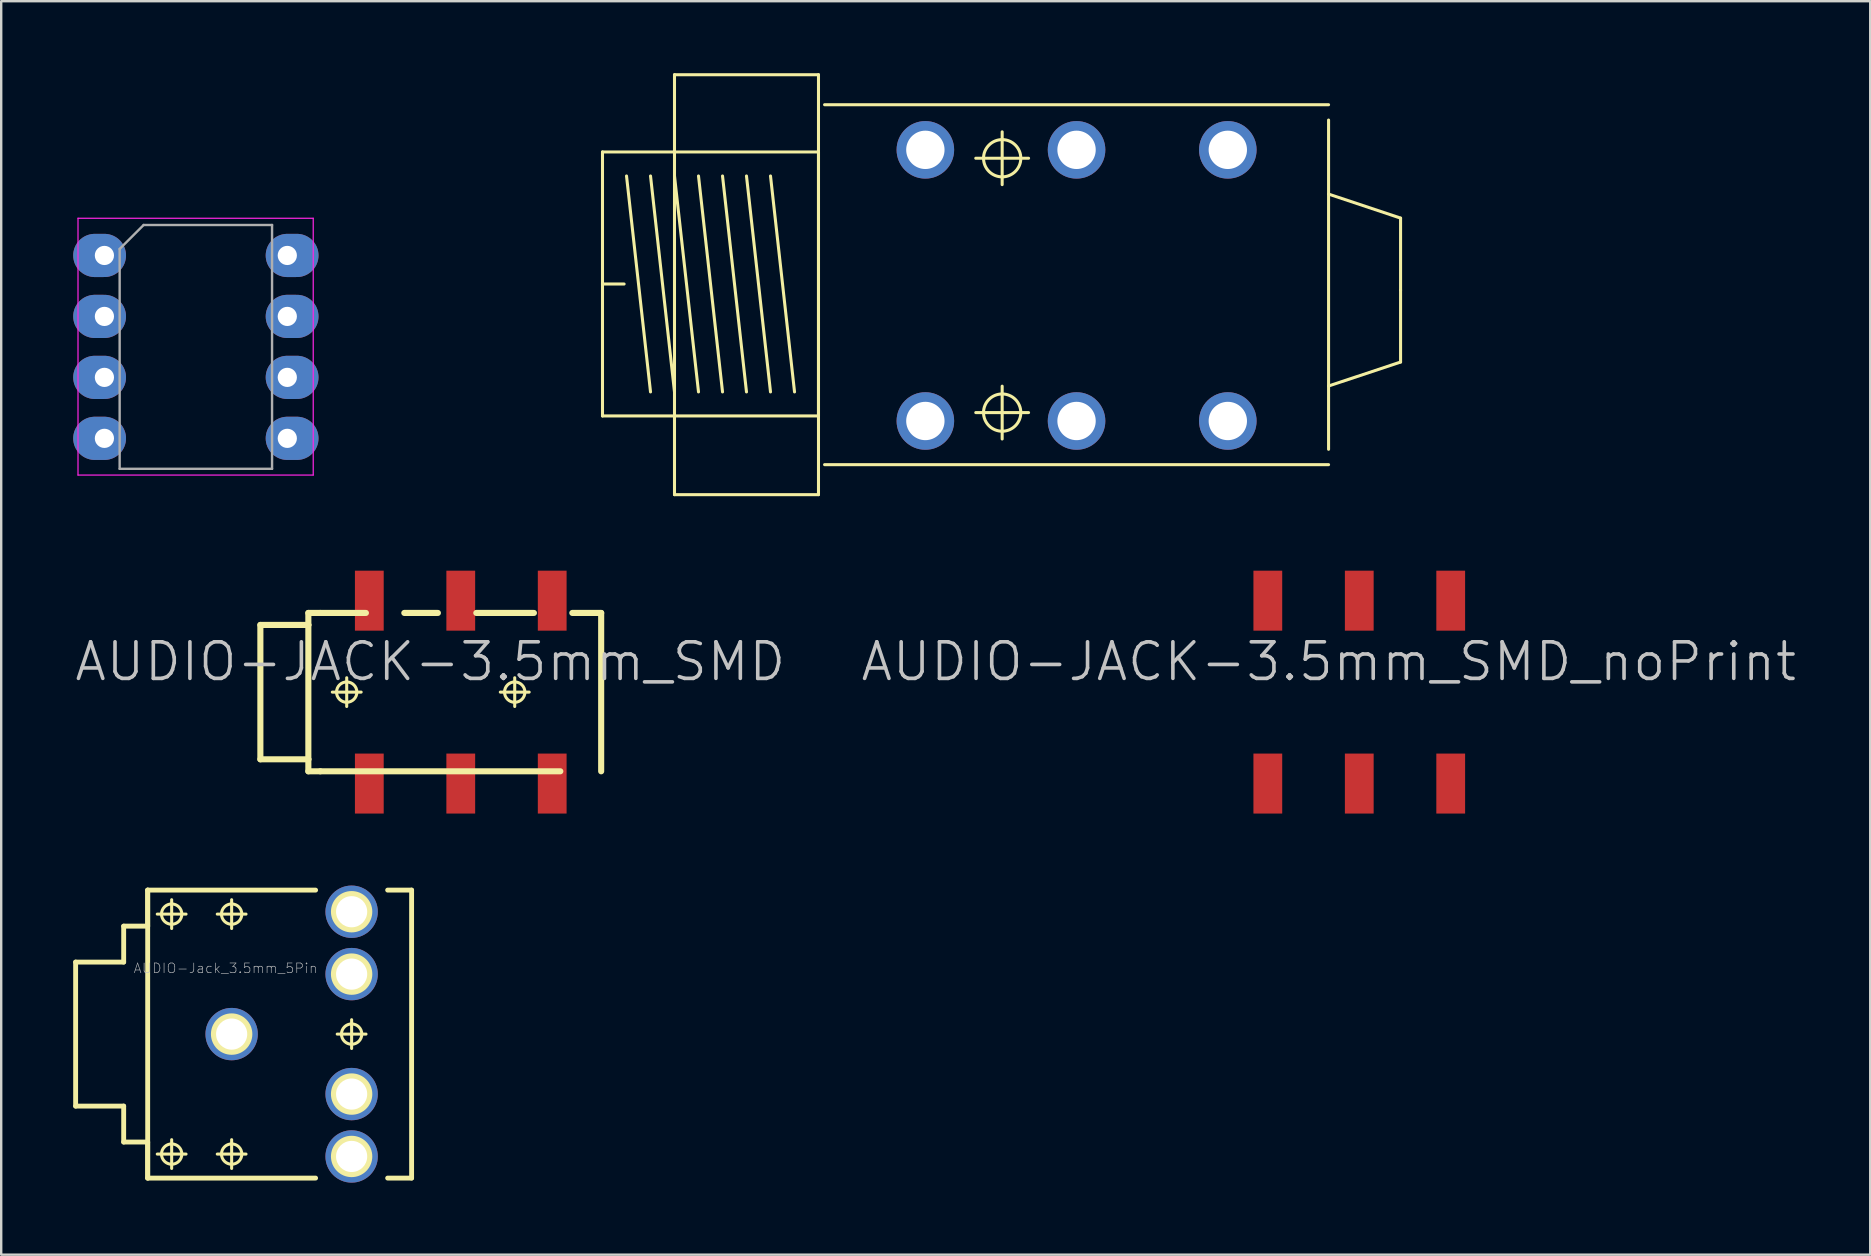
<source format=kicad_pcb>
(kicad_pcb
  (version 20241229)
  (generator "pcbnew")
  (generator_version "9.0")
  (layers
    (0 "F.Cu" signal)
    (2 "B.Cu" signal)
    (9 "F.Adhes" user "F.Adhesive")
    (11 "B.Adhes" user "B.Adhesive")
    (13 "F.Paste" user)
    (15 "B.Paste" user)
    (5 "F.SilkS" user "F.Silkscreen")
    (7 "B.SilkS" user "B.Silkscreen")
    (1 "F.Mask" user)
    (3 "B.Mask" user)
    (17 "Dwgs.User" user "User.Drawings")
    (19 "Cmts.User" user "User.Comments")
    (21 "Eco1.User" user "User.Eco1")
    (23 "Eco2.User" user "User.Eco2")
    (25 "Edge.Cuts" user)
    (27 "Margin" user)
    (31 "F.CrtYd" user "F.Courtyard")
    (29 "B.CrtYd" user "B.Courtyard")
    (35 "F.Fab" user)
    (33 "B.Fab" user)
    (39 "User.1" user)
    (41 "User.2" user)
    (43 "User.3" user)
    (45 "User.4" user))
  (footprint "AUDIO-Jack_3.5mm_5Pin"
    (layer "F.Cu")
    (at 6.601 40.034)
    (property "Reference" "AUDIO-Jack_3.5mm_5Pin" (at -0.254 -2.743 0) (layer "Dwgs.User") (effects (font (size 0.406 0.406) (thickness 0.025))))
    (attr exclude_from_pos_files exclude_from_bom)
    (fp_line (start -6.5 -3) (end -6.5 3) (stroke (width 0.203) (type solid)) (layer "F.SilkS"))
    (fp_line (start -6.5 -3) (end -4.498 -3) (stroke (width 0.203) (type solid)) (layer "F.SilkS"))
    (fp_line (start -6.5 3) (end -4.498 3) (stroke (width 0.203) (type solid)) (layer "F.SilkS"))
    (fp_line (start -4.498 -4.498) (end -4.498 -3) (stroke (width 0.203) (type solid)) (layer "F.SilkS"))
    (fp_line (start -4.498 -4.498) (end -3.498 -4.498) (stroke (width 0.203) (type solid)) (layer "F.SilkS"))
    (fp_line (start -4.498 3) (end -4.498 4.498) (stroke (width 0.203) (type solid)) (layer "F.SilkS"))
    (fp_line (start -4.498 4.498) (end -3.498 4.498) (stroke (width 0.203) (type solid)) (layer "F.SilkS"))
    (fp_line (start -3.498 -5.999) (end -3.498 -4.498) (stroke (width 0.203) (type solid)) (layer "F.SilkS"))
    (fp_line (start -3.498 -5.999) (end -3.498 5.999) (stroke (width 0.203) (type solid)) (layer "F.SilkS"))
    (fp_line (start -3.498 -5.999) (end 3.498 -5.999) (stroke (width 0.203) (type solid)) (layer "F.SilkS"))
    (fp_line (start -3.498 4.498) (end -3.498 5.999) (stroke (width 0.203) (type solid)) (layer "F.SilkS"))
    (fp_line (start -3.498 5.999) (end 3.498 5.999) (stroke (width 0.203) (type solid)) (layer "F.SilkS"))
    (fp_line (start -3.099 -4.999) (end -1.9 -4.999) (stroke (width 0.127) (type solid)) (layer "F.SilkS"))
    (fp_line (start -3.099 4.999) (end -1.9 4.999) (stroke (width 0.127) (type solid)) (layer "F.SilkS"))
    (fp_line (start -2.499 -4.399) (end -2.499 -5.598) (stroke (width 0.127) (type solid)) (layer "F.SilkS"))
    (fp_line (start -2.499 5.598) (end -2.499 4.399) (stroke (width 0.127) (type solid)) (layer "F.SilkS"))
    (fp_line (start -0.599 -4.999) (end 0.599 -4.999) (stroke (width 0.127) (type solid)) (layer "F.SilkS"))
    (fp_line (start -0.599 4.999) (end 0.599 4.999) (stroke (width 0.127) (type solid)) (layer "F.SilkS"))
    (fp_line (start 0 -4.399) (end 0 -5.598) (stroke (width 0.127) (type solid)) (layer "F.SilkS"))
    (fp_line (start 0 5.598) (end 0 4.399) (stroke (width 0.127) (type solid)) (layer "F.SilkS"))
    (fp_line (start 4.399 0) (end 5.598 0) (stroke (width 0.127) (type solid)) (layer "F.SilkS"))
    (fp_line (start 4.999 0.599) (end 4.999 -0.599) (stroke (width 0.127) (type solid)) (layer "F.SilkS"))
    (fp_line (start 7.498 -5.999) (end 6.5 -5.999) (stroke (width 0.203) (type solid)) (layer "F.SilkS"))
    (fp_line (start 7.498 -5.999) (end 7.498 5.999) (stroke (width 0.203) (type solid)) (layer "F.SilkS"))
    (fp_line (start 7.498 5.999) (end 6.5 5.999) (stroke (width 0.203) (type solid)) (layer "F.SilkS"))
    (fp_circle (center -2.499 -4.999) (end -2.799 -5.298) (stroke (width 0.127) (type solid)) (fill no) (layer "F.SilkS"))
    (fp_circle (center -2.499 4.999) (end -2.799 5.298) (stroke (width 0.127) (type solid)) (fill no) (layer "F.SilkS"))
    (fp_circle (center 0 -4.999) (end -0.3 -5.298) (stroke (width 0.127) (type solid)) (fill no) (layer "F.SilkS"))
    (fp_circle (center 0 0) (end -0.61 0.61) (stroke (width 0) (type solid)) (fill yes) (layer "F.SilkS"))
    (fp_circle (center 0 0) (end -0.33 0.33) (stroke (width 0) (type solid)) (fill yes) (layer "F.SilkS"))
    (fp_circle (center 0 4.999) (end -0.3 5.298) (stroke (width 0.127) (type solid)) (fill no) (layer "F.SilkS"))
    (fp_circle (center 4.999 -5.098) (end 5.329 -5.428) (stroke (width 0) (type solid)) (fill yes) (layer "F.SilkS"))
    (fp_circle (center 4.999 -5.098) (end 5.608 -5.707) (stroke (width 0) (type solid)) (fill yes) (layer "F.SilkS"))
    (fp_circle (center 4.999 -2.499) (end 5.329 -2.83) (stroke (width 0) (type solid)) (fill yes) (layer "F.SilkS"))
    (fp_circle (center 4.999 -2.499) (end 5.608 -3.109) (stroke (width 0) (type solid)) (fill yes) (layer "F.SilkS"))
    (fp_circle (center 4.999 0) (end 5.298 0.3) (stroke (width 0.127) (type solid)) (fill no) (layer "F.SilkS"))
    (fp_circle (center 4.999 2.499) (end 5.329 2.83) (stroke (width 0) (type solid)) (fill yes) (layer "F.SilkS"))
    (fp_circle (center 4.999 2.499) (end 5.608 3.109) (stroke (width 0) (type solid)) (fill yes) (layer "F.SilkS"))
    (fp_circle (center 4.999 5.098) (end 5.329 5.428) (stroke (width 0) (type solid)) (fill yes) (layer "F.SilkS"))
    (fp_circle (center 4.999 5.098) (end 5.608 5.707) (stroke (width 0) (type solid)) (fill yes) (layer "F.SilkS"))
    (pad "1" thru_hole circle (at 0 0) (size 2.182 2.182) (drill 1.298) (layers "*.Cu" "*.Mask"))
    (pad "2" thru_hole circle (at 4.999 5.098) (size 2.182 2.182) (drill 1.298) (layers "*.Cu" "*.Mask"))
    (pad "3" thru_hole circle (at 4.999 -5.098) (size 2.182 2.182) (drill 1.298) (layers "*.Cu" "*.Mask"))
    (pad "5" thru_hole circle (at 4.999 2.499) (size 2.182 2.182) (drill 1.298) (layers "*.Cu" "*.Mask"))
    (pad "6" thru_hole circle (at 4.999 -2.499) (size 2.182 2.182) (drill 1.298) (layers "*.Cu" "*.Mask")))
  (footprint "Attiny_DIP-8_W7.62mm"
    (layer "F.Cu")
    (at 1.3 7.593)
    (property "Reference" "Attiny_DIP-8_W7.62mm" (at 3.81 1.27 90) (layer "Eco2.User") (effects (font (size 1 1) (thickness 0.15))))
    (attr through_hole)
    (fp_line (start -1.1 -1.55) (end -1.1 9.15) (stroke (width 0.05) (type solid)) (layer "F.CrtYd"))
    (fp_line (start -1.1 9.15) (end 8.7 9.15) (stroke (width 0.05) (type solid)) (layer "F.CrtYd"))
    (fp_line (start 8.7 -1.55) (end -1.1 -1.55) (stroke (width 0.05) (type solid)) (layer "F.CrtYd"))
    (fp_line (start 8.7 9.15) (end 8.7 -1.55) (stroke (width 0.05) (type solid)) (layer "F.CrtYd"))
    (fp_line (start 0.635 -0.27) (end 1.635 -1.27) (stroke (width 0.1) (type solid)) (layer "F.Fab"))
    (fp_line (start 0.635 8.89) (end 0.635 -0.27) (stroke (width 0.1) (type solid)) (layer "F.Fab"))
    (fp_line (start 1.635 -1.27) (end 6.985 -1.27) (stroke (width 0.1) (type solid)) (layer "F.Fab"))
    (fp_line (start 6.985 -1.27) (end 6.985 8.89) (stroke (width 0.1) (type solid)) (layer "F.Fab"))
    (fp_line (start 6.985 8.89) (end 0.635 8.89) (stroke (width 0.1) (type solid)) (layer "F.Fab"))
    (pad "1" thru_hole oval (at 0 0) (size 2.2 1.8) (drill 0.8 (offset -0.2 0)) (layers "*.Cu" "*.Mask"))
    (pad "2" thru_hole oval (at 0 2.54) (size 2.2 1.8) (drill 0.8 (offset -0.2 0)) (layers "*.Cu" "*.Mask"))
    (pad "3" thru_hole oval (at 0 5.08) (size 2.2 1.8) (drill 0.8 (offset -0.2 0)) (layers "*.Cu" "*.Mask"))
    (pad "4" thru_hole oval (at 0 7.62) (size 2.2 1.8) (drill 0.8 (offset -0.2 0)) (layers "*.Cu" "*.Mask"))
    (pad "5" thru_hole oval (at 7.62 7.62) (size 2.2 1.8) (drill 0.8 (offset 0.2 0)) (layers "*.Cu" "*.Mask"))
    (pad "6" thru_hole oval (at 7.62 5.08) (size 2.2 1.8) (drill 0.8 (offset 0.2 0)) (layers "*.Cu" "*.Mask"))
    (pad "7" thru_hole oval (at 7.62 2.54) (size 2.2 1.8) (drill 0.8 (offset 0.2 0)) (layers "*.Cu" "*.Mask"))
    (pad "8" thru_hole oval (at 7.62 0) (size 2.2 1.8) (drill 0.8 (offset 0.2 0)) (layers "*.Cu" "*.Mask")))
  (footprint "AUDIO-JACK-3.5mm_SMD"
    (layer "F.Cu")
    (at 9.797 25.786)
    (property "Reference" "AUDIO-JACK-3.5mm_SMD" (at 5.08 -1.27 0) (layer "Dwgs.User") (effects (font (size 1.524 1.524) (thickness 0.15))))
    (attr smd)
    (fp_line (start -1.999 -2.799) (end -1.999 2.799) (stroke (width 0.254) (type solid)) (layer "F.SilkS"))
    (fp_line (start -1.999 2.799) (end 0 2.799) (stroke (width 0.254) (type solid)) (layer "F.SilkS"))
    (fp_line (start 0 -3.299) (end 0 -2.799) (stroke (width 0.254) (type solid)) (layer "F.SilkS"))
    (fp_line (start 0 -2.799) (end -1.999 -2.799) (stroke (width 0.254) (type solid)) (layer "F.SilkS"))
    (fp_line (start 0 -2.799) (end 0 2.799) (stroke (width 0.254) (type solid)) (layer "F.SilkS"))
    (fp_line (start 0 2.799) (end 0 3.299) (stroke (width 0.254) (type solid)) (layer "F.SilkS"))
    (fp_line (start 0 3.299) (end 0.498 3.299) (stroke (width 0.254) (type solid)) (layer "F.SilkS"))
    (fp_line (start 0.498 -3.299) (end 0 -3.299) (stroke (width 0.254) (type solid)) (layer "F.SilkS"))
    (fp_line (start 0.498 -3.299) (end 2.398 -3.299) (stroke (width 0.254) (type solid)) (layer "F.SilkS"))
    (fp_line (start 0.498 3.299) (end 10.498 3.299) (stroke (width 0.254) (type solid)) (layer "F.SilkS"))
    (fp_line (start 0.998 0) (end 2.2 0) (stroke (width 0.127) (type solid)) (layer "F.SilkS"))
    (fp_line (start 1.598 0.599) (end 1.598 -0.599) (stroke (width 0.127) (type solid)) (layer "F.SilkS"))
    (fp_line (start 3.998 -3.299) (end 5.397 -3.299) (stroke (width 0.254) (type solid)) (layer "F.SilkS"))
    (fp_line (start 6.998 -3.299) (end 9.398 -3.299) (stroke (width 0.254) (type solid)) (layer "F.SilkS"))
    (fp_line (start 7.998 0) (end 9.2 0) (stroke (width 0.127) (type solid)) (layer "F.SilkS"))
    (fp_line (start 8.598 0.599) (end 8.598 -0.599) (stroke (width 0.127) (type solid)) (layer "F.SilkS"))
    (fp_line (start 12.2 -3.299) (end 10.998 -3.299) (stroke (width 0.254) (type solid)) (layer "F.SilkS"))
    (fp_line (start 12.2 -3.299) (end 12.2 3.299) (stroke (width 0.254) (type solid)) (layer "F.SilkS"))
    (fp_circle (center 1.598 0) (end 1.897 0.3) (stroke (width 0.127) (type solid)) (fill no) (layer "F.SilkS"))
    (fp_circle (center 8.598 0) (end 8.898 0.3) (stroke (width 0.127) (type solid)) (fill no) (layer "F.SilkS"))
    (pad "1" smd rect (at 2.54 -3.81) (size 1.199 2.499) (layers "F.Cu" "F.Mask" "F.Paste"))
    (pad "2" smd rect (at 10.16 -3.81) (size 1.199 2.499) (layers "F.Cu" "F.Mask" "F.Paste"))
    (pad "3" smd rect (at 6.35 -3.81) (size 1.199 2.499) (layers "F.Cu" "F.Mask" "F.Paste"))
    (pad "R" smd rect (at 6.35 3.81) (size 1.199 2.499) (layers "F.Cu" "F.Mask" "F.Paste"))
    (pad "S" smd rect (at 2.54 3.81) (size 1.199 2.499) (layers "F.Cu" "F.Mask" "F.Paste"))
    (pad "T" smd rect (at 10.16 3.81) (size 1.199 2.499) (layers "F.Cu" "F.Mask" "F.Paste")))
  (footprint "AUDIO-6.5mm-JACK_Stereo_switched"
    (layer "F.Cu")
    (at 31.305 7.541)
    (property "Reference" "AUDIO-6.5mm-JACK_Stereo_switched" (at 7.112 3.81 0) (layer "Eco2.User") (effects (font (size 1.778 1.778) (thickness 0.152))))
    (attr exclude_from_pos_files exclude_from_bom)
    (fp_line (start -9.253 -4.26) (end -0.254 -4.26) (stroke (width 0.127) (type solid)) (layer "F.SilkS"))
    (fp_line (start -9.253 1.242) (end -9.253 -4.26) (stroke (width 0.127) (type solid)) (layer "F.SilkS"))
    (fp_line (start -9.253 1.242) (end -8.352 1.242) (stroke (width 0.127) (type solid)) (layer "F.SilkS"))
    (fp_line (start -9.253 6.739) (end -9.253 1.242) (stroke (width 0.127) (type solid)) (layer "F.SilkS"))
    (fp_line (start -8.252 -3.259) (end -7.252 5.738) (stroke (width 0.127) (type solid)) (layer "F.SilkS"))
    (fp_line (start -7.252 -3.259) (end -6.253 5.738) (stroke (width 0.127) (type solid)) (layer "F.SilkS"))
    (fp_line (start -6.253 -7.478) (end -6.253 10.018) (stroke (width 0.127) (type solid)) (layer "F.SilkS"))
    (fp_line (start -6.253 -7.478) (end -0.254 -7.478) (stroke (width 0.127) (type solid)) (layer "F.SilkS"))
    (fp_line (start -6.253 -3.259) (end -5.253 5.738) (stroke (width 0.127) (type solid)) (layer "F.SilkS"))
    (fp_line (start -6.253 10.018) (end -0.254 10.018) (stroke (width 0.127) (type solid)) (layer "F.SilkS"))
    (fp_line (start -5.253 -3.259) (end -4.252 5.738) (stroke (width 0.127) (type solid)) (layer "F.SilkS"))
    (fp_line (start -4.252 -3.259) (end -3.254 5.738) (stroke (width 0.127) (type solid)) (layer "F.SilkS"))
    (fp_line (start -3.254 -3.259) (end -2.253 5.738) (stroke (width 0.127) (type solid)) (layer "F.SilkS"))
    (fp_line (start -2.253 -3.259) (end -1.252 5.738) (stroke (width 0.127) (type solid)) (layer "F.SilkS"))
    (fp_line (start -0.254 -7.478) (end -0.254 10.018) (stroke (width 0.127) (type solid)) (layer "F.SilkS"))
    (fp_line (start -0.254 -4.26) (end -0.254 6.739) (stroke (width 0.127) (type solid)) (layer "F.SilkS"))
    (fp_line (start -0.254 6.739) (end -9.253 6.739) (stroke (width 0.127) (type solid)) (layer "F.SilkS"))
    (fp_line (start 0 8.768) (end 20.998 8.768) (stroke (width 0.127) (type solid)) (layer "F.SilkS"))
    (fp_line (start 6.299 -3.998) (end 8.499 -3.998) (stroke (width 0.127) (type solid)) (layer "F.SilkS"))
    (fp_line (start 6.299 6.599) (end 8.499 6.599) (stroke (width 0.127) (type solid)) (layer "F.SilkS"))
    (fp_line (start 7.399 -2.898) (end 7.399 -5.098) (stroke (width 0.127) (type solid)) (layer "F.SilkS"))
    (fp_line (start 7.399 7.699) (end 7.399 5.499) (stroke (width 0.127) (type solid)) (layer "F.SilkS"))
    (fp_line (start 20.998 -6.228) (end 0 -6.228) (stroke (width 0.127) (type solid)) (layer "F.SilkS"))
    (fp_line (start 20.998 8.128) (end 20.998 -5.589) (stroke (width 0.127) (type solid)) (layer "F.SilkS"))
    (fp_line (start 23.998 -1.504) (end 20.998 -2.504) (stroke (width 0.127) (type solid)) (layer "F.SilkS"))
    (fp_line (start 23.998 1.496) (end 23.998 -1.504) (stroke (width 0.127) (type solid)) (layer "F.SilkS"))
    (fp_line (start 23.998 1.496) (end 23.998 4.493) (stroke (width 0.127) (type solid)) (layer "F.SilkS"))
    (fp_line (start 23.998 4.493) (end 20.998 5.491) (stroke (width 0.127) (type solid)) (layer "F.SilkS"))
    (fp_circle (center 7.399 -3.998) (end 7.948 -4.547) (stroke (width 0.127) (type solid)) (fill no) (layer "F.SilkS"))
    (fp_circle (center 7.399 6.599) (end 7.948 7.148) (stroke (width 0.127) (type solid)) (fill no) (layer "F.SilkS"))
    (pad "1" thru_hole circle (at 4.199 -4.348) (size 2.398 2.398) (drill 1.598) (layers "*.Cu" "*.Mask"))
    (pad "2" thru_hole circle (at 16.8 -4.348) (size 2.398 2.398) (drill 1.598) (layers "*.Cu" "*.Mask"))
    (pad "3" thru_hole circle (at 10.498 -4.348) (size 2.398 2.398) (drill 1.598) (layers "*.Cu" "*.Mask"))
    (pad "4" thru_hole circle (at 4.199 6.949) (size 2.398 2.398) (drill 1.598) (layers "*.Cu" "*.Mask"))
    (pad "5" thru_hole circle (at 16.8 6.949) (size 2.398 2.398) (drill 1.598) (layers "*.Cu" "*.Mask"))
    (pad "6" thru_hole circle (at 10.498 6.949) (size 2.398 2.398) (drill 1.598) (layers "*.Cu" "*.Mask")))
  (footprint "AUDIO-JACK-3.5mm_SMD_noPrint"
    (layer "F.Cu")
    (at 47.232 25.786)
    (property "Reference" "AUDIO-JACK-3.5mm_SMD_noPrint" (at 5.08 -1.27 0) (layer "Dwgs.User") (effects (font (size 1.524 1.524) (thickness 0.15))))
    (attr smd)
    (fp_line (start -1.999 -2.799) (end -1.999 2.799) (stroke (width 0.254) (type solid)) (layer "Eco2.User"))
    (fp_line (start -1.999 2.799) (end 0 2.799) (stroke (width 0.254) (type solid)) (layer "Eco2.User"))
    (fp_line (start 0 -3.299) (end 0 -2.799) (stroke (width 0.254) (type solid)) (layer "Eco2.User"))
    (fp_line (start 0 -2.799) (end -1.999 -2.799) (stroke (width 0.254) (type solid)) (layer "Eco2.User"))
    (fp_line (start 0 -2.799) (end 0 2.799) (stroke (width 0.254) (type solid)) (layer "Eco2.User"))
    (fp_line (start 0 2.799) (end 0 3.299) (stroke (width 0.254) (type solid)) (layer "Eco2.User"))
    (pad "1" smd rect (at 2.54 -3.81) (size 1.199 2.499) (layers "F.Cu" "F.Mask" "F.Paste"))
    (pad "1" smd rect (at 2.54 3.81) (size 1.199 2.499) (layers "F.Cu" "F.Mask" "F.Paste"))
    (pad "2" smd rect (at 10.16 -3.81) (size 1.199 2.499) (layers "F.Cu" "F.Mask" "F.Paste"))
    (pad "2" smd rect (at 10.16 3.81) (size 1.199 2.499) (layers "F.Cu" "F.Mask" "F.Paste"))
    (pad "3" smd rect (at 6.35 -3.81) (size 1.199 2.499) (layers "F.Cu" "F.Mask" "F.Paste"))
    (pad "3" smd rect (at 6.35 3.81) (size 1.199 2.499) (layers "F.Cu" "F.Mask" "F.Paste")))
  (gr_rect
    (start -3 -3)
    (end 74.87 49.223)
    (stroke (width 0.1) (type default))
    (fill no)
    (layer "Edge.Cuts")))
</source>
